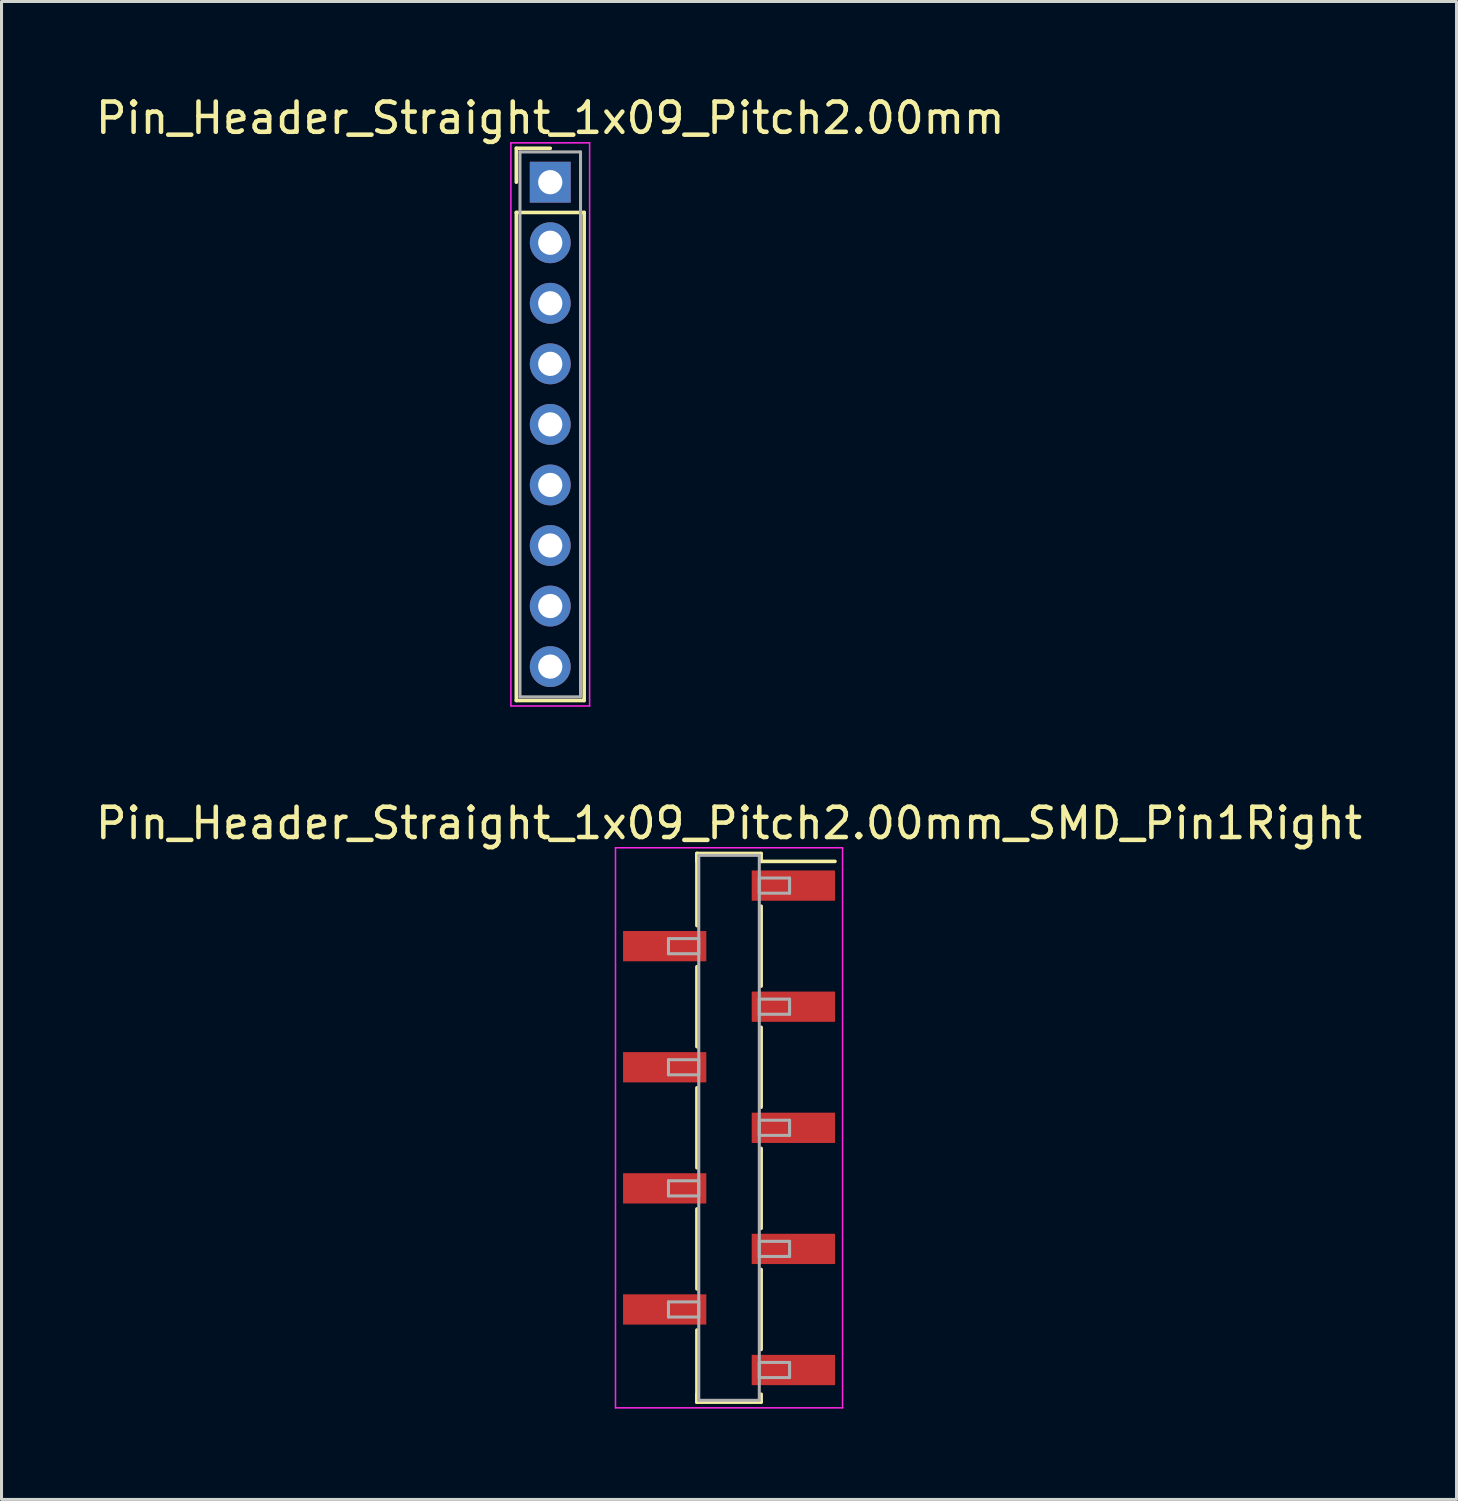
<source format=kicad_pcb>
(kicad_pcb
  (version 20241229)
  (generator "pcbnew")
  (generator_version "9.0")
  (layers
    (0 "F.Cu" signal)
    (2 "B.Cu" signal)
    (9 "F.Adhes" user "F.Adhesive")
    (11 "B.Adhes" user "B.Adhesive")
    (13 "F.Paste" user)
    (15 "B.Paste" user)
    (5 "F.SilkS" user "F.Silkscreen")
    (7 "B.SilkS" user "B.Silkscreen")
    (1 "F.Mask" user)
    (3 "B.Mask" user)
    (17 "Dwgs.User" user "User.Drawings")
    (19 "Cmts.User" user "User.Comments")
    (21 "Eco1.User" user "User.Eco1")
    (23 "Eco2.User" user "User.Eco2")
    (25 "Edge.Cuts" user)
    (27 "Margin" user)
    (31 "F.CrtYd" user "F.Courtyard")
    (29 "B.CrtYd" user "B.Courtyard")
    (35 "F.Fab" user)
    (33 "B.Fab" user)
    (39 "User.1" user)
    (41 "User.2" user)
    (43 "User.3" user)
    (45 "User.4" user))
  (footprint "Pin_Header_Straight_1x09_Pitch2.00mm"
    (layer "F.Cu")
    (at 15.125 2.968)
    (property "Reference" "Pin_Header_Straight_1x09_Pitch2.00mm" (at 0 -2.12 0) (layer "F.SilkS") (effects (font (size 1 1) (thickness 0.15))))
    (attr through_hole)
    (fp_line (start -1.12 -1.12) (end 0 -1.12) (stroke (width 0.12) (type solid)) (layer "F.SilkS"))
    (fp_line (start -1.12 0) (end -1.12 -1.12) (stroke (width 0.12) (type solid)) (layer "F.SilkS"))
    (fp_line (start -1.12 1) (end -1.12 17.12) (stroke (width 0.12) (type solid)) (layer "F.SilkS"))
    (fp_line (start -1.12 17.12) (end 1.12 17.12) (stroke (width 0.12) (type solid)) (layer "F.SilkS"))
    (fp_line (start 1.12 1) (end -1.12 1) (stroke (width 0.12) (type solid)) (layer "F.SilkS"))
    (fp_line (start 1.12 17.12) (end 1.12 1) (stroke (width 0.12) (type solid)) (layer "F.SilkS"))
    (fp_line (start -1.3 -1.3) (end -1.3 17.3) (stroke (width 0.05) (type solid)) (layer "F.CrtYd"))
    (fp_line (start -1.3 17.3) (end 1.3 17.3) (stroke (width 0.05) (type solid)) (layer "F.CrtYd"))
    (fp_line (start 1.3 -1.3) (end -1.3 -1.3) (stroke (width 0.05) (type solid)) (layer "F.CrtYd"))
    (fp_line (start 1.3 17.3) (end 1.3 -1.3) (stroke (width 0.05) (type solid)) (layer "F.CrtYd"))
    (fp_line (start -1 -1) (end -1 17) (stroke (width 0.1) (type solid)) (layer "F.Fab"))
    (fp_line (start -1 17) (end 1 17) (stroke (width 0.1) (type solid)) (layer "F.Fab"))
    (fp_line (start 1 -1) (end -1 -1) (stroke (width 0.1) (type solid)) (layer "F.Fab"))
    (fp_line (start 1 17) (end 1 -1) (stroke (width 0.1) (type solid)) (layer "F.Fab"))
    (pad "1" thru_hole rect (at 0 0) (size 1.35 1.35) (drill 0.8) (layers "*.Cu" "*.Mask"))
    (pad "2" thru_hole oval (at 0 2) (size 1.35 1.35) (drill 0.8) (layers "*.Cu" "*.Mask"))
    (pad "3" thru_hole oval (at 0 4) (size 1.35 1.35) (drill 0.8) (layers "*.Cu" "*.Mask"))
    (pad "4" thru_hole oval (at 0 6) (size 1.35 1.35) (drill 0.8) (layers "*.Cu" "*.Mask"))
    (pad "5" thru_hole oval (at 0 8) (size 1.35 1.35) (drill 0.8) (layers "*.Cu" "*.Mask"))
    (pad "6" thru_hole oval (at 0 10) (size 1.35 1.35) (drill 0.8) (layers "*.Cu" "*.Mask"))
    (pad "7" thru_hole oval (at 0 12) (size 1.35 1.35) (drill 0.8) (layers "*.Cu" "*.Mask"))
    (pad "8" thru_hole oval (at 0 14) (size 1.35 1.35) (drill 0.8) (layers "*.Cu" "*.Mask"))
    (pad "9" thru_hole oval (at 0 16) (size 1.35 1.35) (drill 0.8) (layers "*.Cu" "*.Mask")))
  (footprint "Pin_Header_Straight_1x09_Pitch2.00mm_SMD_Pin1Right"
    (layer "F.Cu")
    (at 21.03 34.202)
    (property "Reference" "Pin_Header_Straight_1x09_Pitch2.00mm_SMD_Pin1Right" (at 0 -10.06 0) (layer "F.SilkS") (effects (font (size 1 1) (thickness 0.15))))
    (attr smd)
    (fp_line (start -1.06 -9.06) (end -1.06 -6.68) (stroke (width 0.12) (type solid)) (layer "F.SilkS"))
    (fp_line (start -1.06 -9.06) (end 1.06 -9.06) (stroke (width 0.12) (type solid)) (layer "F.SilkS"))
    (fp_line (start -1.06 -8.8) (end -1.06 -9.06) (stroke (width 0.12) (type solid)) (layer "F.SilkS"))
    (fp_line (start -1.06 -5.32) (end -1.06 -2.68) (stroke (width 0.12) (type solid)) (layer "F.SilkS"))
    (fp_line (start -1.06 -1.32) (end -1.06 1.32) (stroke (width 0.12) (type solid)) (layer "F.SilkS"))
    (fp_line (start -1.06 2.68) (end -1.06 5.32) (stroke (width 0.12) (type solid)) (layer "F.SilkS"))
    (fp_line (start -1.06 6.68) (end -1.06 9.06) (stroke (width 0.12) (type solid)) (layer "F.SilkS"))
    (fp_line (start -1.06 8.8) (end -1.06 9.06) (stroke (width 0.12) (type solid)) (layer "F.SilkS"))
    (fp_line (start -1.06 9.06) (end 1.06 9.06) (stroke (width 0.12) (type solid)) (layer "F.SilkS"))
    (fp_line (start 1.06 -9.06) (end 1.06 -8.8) (stroke (width 0.12) (type solid)) (layer "F.SilkS"))
    (fp_line (start 1.06 -8.8) (end 3.5 -8.8) (stroke (width 0.12) (type solid)) (layer "F.SilkS"))
    (fp_line (start 1.06 -7.32) (end 1.06 -4.68) (stroke (width 0.12) (type solid)) (layer "F.SilkS"))
    (fp_line (start 1.06 -3.32) (end 1.06 -0.68) (stroke (width 0.12) (type solid)) (layer "F.SilkS"))
    (fp_line (start 1.06 0.68) (end 1.06 3.32) (stroke (width 0.12) (type solid)) (layer "F.SilkS"))
    (fp_line (start 1.06 4.68) (end 1.06 7.32) (stroke (width 0.12) (type solid)) (layer "F.SilkS"))
    (fp_line (start 1.06 9.06) (end 1.06 8.8) (stroke (width 0.12) (type solid)) (layer "F.SilkS"))
    (fp_line (start -3.75 -9.25) (end -3.75 9.25) (stroke (width 0.05) (type solid)) (layer "F.CrtYd"))
    (fp_line (start -3.75 9.25) (end 3.75 9.25) (stroke (width 0.05) (type solid)) (layer "F.CrtYd"))
    (fp_line (start 3.75 -9.25) (end -3.75 -9.25) (stroke (width 0.05) (type solid)) (layer "F.CrtYd"))
    (fp_line (start 3.75 9.25) (end 3.75 -9.25) (stroke (width 0.05) (type solid)) (layer "F.CrtYd"))
    (fp_line (start -2 -6.25) (end -1 -6.25) (stroke (width 0.1) (type solid)) (layer "F.Fab"))
    (fp_line (start -2 -5.75) (end -2 -6.25) (stroke (width 0.1) (type solid)) (layer "F.Fab"))
    (fp_line (start -2 -2.25) (end -1 -2.25) (stroke (width 0.1) (type solid)) (layer "F.Fab"))
    (fp_line (start -2 -1.75) (end -2 -2.25) (stroke (width 0.1) (type solid)) (layer "F.Fab"))
    (fp_line (start -2 1.75) (end -1 1.75) (stroke (width 0.1) (type solid)) (layer "F.Fab"))
    (fp_line (start -2 2.25) (end -2 1.75) (stroke (width 0.1) (type solid)) (layer "F.Fab"))
    (fp_line (start -2 5.75) (end -1 5.75) (stroke (width 0.1) (type solid)) (layer "F.Fab"))
    (fp_line (start -2 6.25) (end -2 5.75) (stroke (width 0.1) (type solid)) (layer "F.Fab"))
    (fp_line (start -1 -9) (end -1 9) (stroke (width 0.1) (type solid)) (layer "F.Fab"))
    (fp_line (start -1 -6.25) (end -1 -5.75) (stroke (width 0.1) (type solid)) (layer "F.Fab"))
    (fp_line (start -1 -5.75) (end -2 -5.75) (stroke (width 0.1) (type solid)) (layer "F.Fab"))
    (fp_line (start -1 -2.25) (end -1 -1.75) (stroke (width 0.1) (type solid)) (layer "F.Fab"))
    (fp_line (start -1 -1.75) (end -2 -1.75) (stroke (width 0.1) (type solid)) (layer "F.Fab"))
    (fp_line (start -1 1.75) (end -1 2.25) (stroke (width 0.1) (type solid)) (layer "F.Fab"))
    (fp_line (start -1 2.25) (end -2 2.25) (stroke (width 0.1) (type solid)) (layer "F.Fab"))
    (fp_line (start -1 5.75) (end -1 6.25) (stroke (width 0.1) (type solid)) (layer "F.Fab"))
    (fp_line (start -1 6.25) (end -2 6.25) (stroke (width 0.1) (type solid)) (layer "F.Fab"))
    (fp_line (start -1 9) (end 1 9) (stroke (width 0.1) (type solid)) (layer "F.Fab"))
    (fp_line (start 1 -9) (end -1 -9) (stroke (width 0.1) (type solid)) (layer "F.Fab"))
    (fp_line (start 1 -8.25) (end 1 -7.75) (stroke (width 0.1) (type solid)) (layer "F.Fab"))
    (fp_line (start 1 -7.75) (end 2 -7.75) (stroke (width 0.1) (type solid)) (layer "F.Fab"))
    (fp_line (start 1 -4.25) (end 1 -3.75) (stroke (width 0.1) (type solid)) (layer "F.Fab"))
    (fp_line (start 1 -3.75) (end 2 -3.75) (stroke (width 0.1) (type solid)) (layer "F.Fab"))
    (fp_line (start 1 -0.25) (end 1 0.25) (stroke (width 0.1) (type solid)) (layer "F.Fab"))
    (fp_line (start 1 0.25) (end 2 0.25) (stroke (width 0.1) (type solid)) (layer "F.Fab"))
    (fp_line (start 1 3.75) (end 1 4.25) (stroke (width 0.1) (type solid)) (layer "F.Fab"))
    (fp_line (start 1 4.25) (end 2 4.25) (stroke (width 0.1) (type solid)) (layer "F.Fab"))
    (fp_line (start 1 7.75) (end 1 8.25) (stroke (width 0.1) (type solid)) (layer "F.Fab"))
    (fp_line (start 1 8.25) (end 2 8.25) (stroke (width 0.1) (type solid)) (layer "F.Fab"))
    (fp_line (start 1 9) (end 1 -9) (stroke (width 0.1) (type solid)) (layer "F.Fab"))
    (fp_line (start 2 -8.25) (end 1 -8.25) (stroke (width 0.1) (type solid)) (layer "F.Fab"))
    (fp_line (start 2 -7.75) (end 2 -8.25) (stroke (width 0.1) (type solid)) (layer "F.Fab"))
    (fp_line (start 2 -4.25) (end 1 -4.25) (stroke (width 0.1) (type solid)) (layer "F.Fab"))
    (fp_line (start 2 -3.75) (end 2 -4.25) (stroke (width 0.1) (type solid)) (layer "F.Fab"))
    (fp_line (start 2 -0.25) (end 1 -0.25) (stroke (width 0.1) (type solid)) (layer "F.Fab"))
    (fp_line (start 2 0.25) (end 2 -0.25) (stroke (width 0.1) (type solid)) (layer "F.Fab"))
    (fp_line (start 2 3.75) (end 1 3.75) (stroke (width 0.1) (type solid)) (layer "F.Fab"))
    (fp_line (start 2 4.25) (end 2 3.75) (stroke (width 0.1) (type solid)) (layer "F.Fab"))
    (fp_line (start 2 7.75) (end 1 7.75) (stroke (width 0.1) (type solid)) (layer "F.Fab"))
    (fp_line (start 2 8.25) (end 2 7.75) (stroke (width 0.1) (type solid)) (layer "F.Fab"))
    (pad "1" smd rect (at 2.125 -8) (size 2.75 1) (layers "F.Cu" "F.Mask"))
    (pad "2" smd rect (at -2.125 -6) (size 2.75 1) (layers "F.Cu" "F.Mask"))
    (pad "3" smd rect (at 2.125 -4) (size 2.75 1) (layers "F.Cu" "F.Mask"))
    (pad "4" smd rect (at -2.125 -2) (size 2.75 1) (layers "F.Cu" "F.Mask"))
    (pad "5" smd rect (at 2.125 0) (size 2.75 1) (layers "F.Cu" "F.Mask"))
    (pad "6" smd rect (at -2.125 2) (size 2.75 1) (layers "F.Cu" "F.Mask"))
    (pad "7" smd rect (at 2.125 4) (size 2.75 1) (layers "F.Cu" "F.Mask"))
    (pad "8" smd rect (at -2.125 6) (size 2.75 1) (layers "F.Cu" "F.Mask"))
    (pad "9" smd rect (at 2.125 8) (size 2.75 1) (layers "F.Cu" "F.Mask")))
  (gr_rect
    (start -3 -3)
    (end 45.06 46.477)
    (stroke (width 0.1) (type default))
    (fill no)
    (layer "Edge.Cuts")))
</source>
